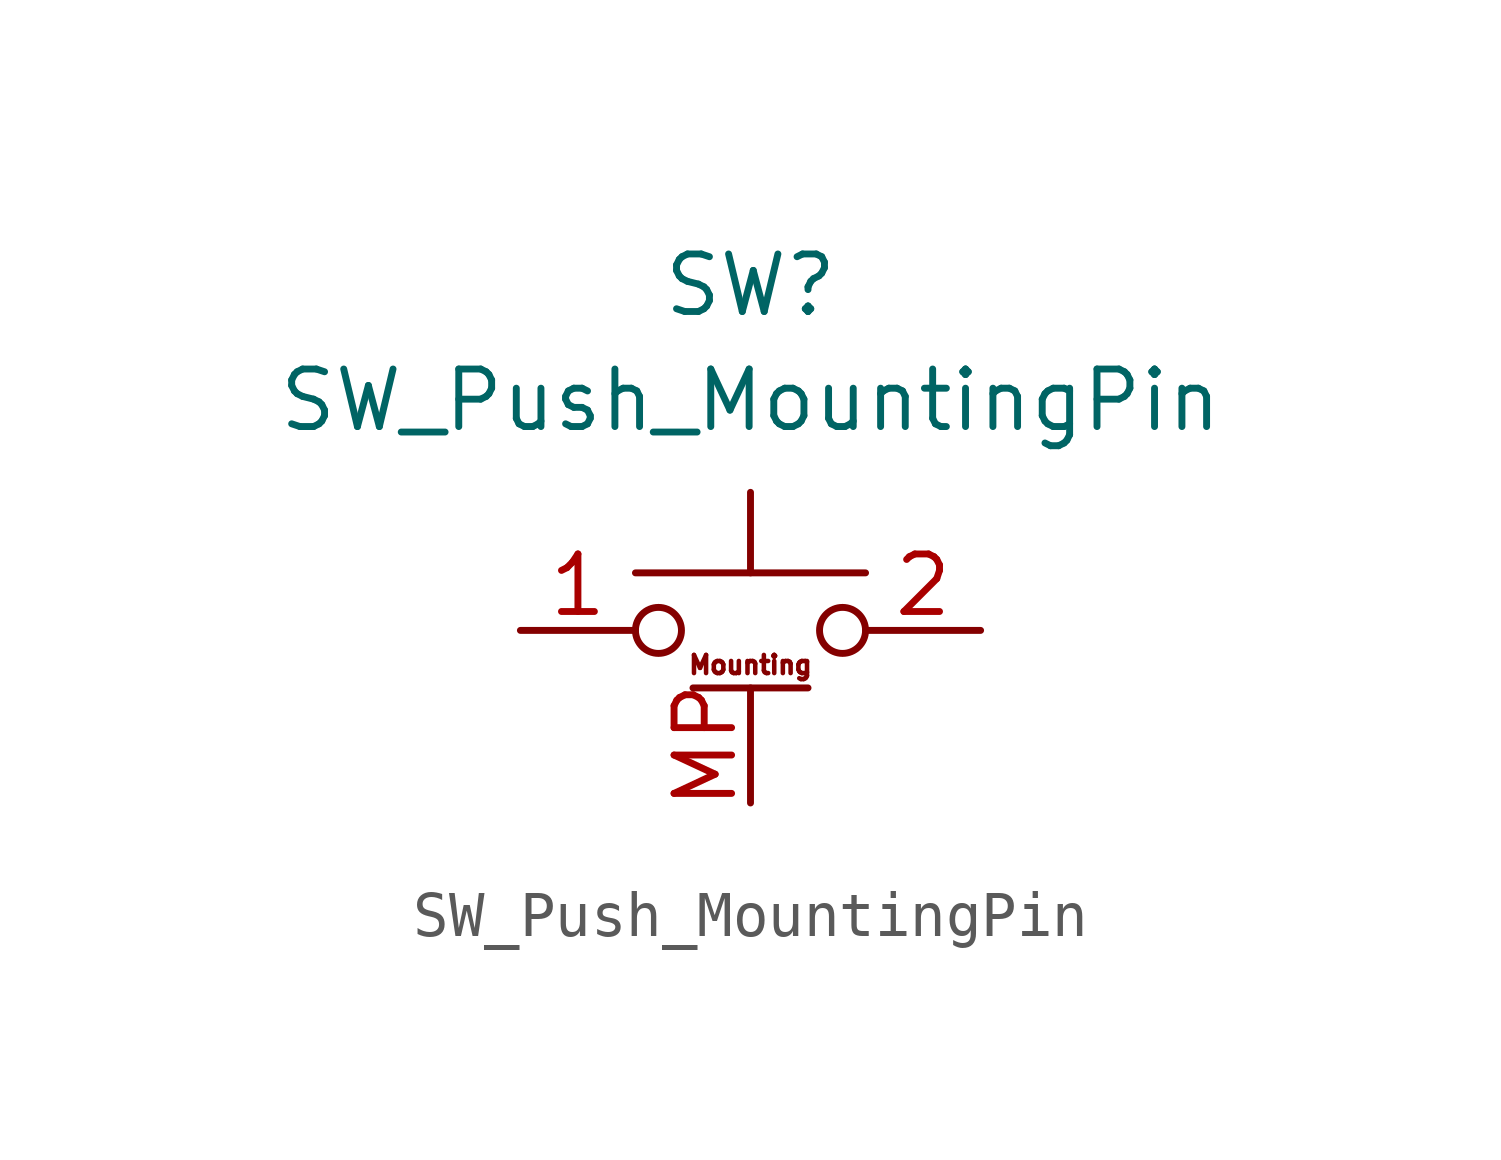
<source format=kicad_sym>
(kicad_symbol_lib
  (version 20211014)
  (generator kicad_symbol_editor)
  (symbol "SW_Push_MountingPin"
    (property "Reference" "SW"
      (at 0 7.62 0)
      (effects (font (size 1.27 1.27))))
    (property "Value" "SW_Push_MountingPin"
      (at 0 5.08 0)
      (effects (font (size 1.27 1.27))))
    (symbol "SW_Push_MountingPin_0_0"
      (text "Mounting" (at 0 -0.762 0) (effects (font (size 0.4 0.4)))))
    (symbol "SW_Push_MountingPin_0_1"
      (circle (center -2.032 0) (radius 0.508) (stroke (width 0) (type default) (color 0 0 0 0)) (fill (type none)))
      (polyline (pts (xy -1.27 -1.27) (xy 1.27 -1.27)) (stroke (width 0) (type default) (color 0 0 0 0)) (fill (type none)))
      (polyline (pts (xy 0 1.27) (xy 0 3.048)) (stroke (width 0) (type default) (color 0 0 0 0)) (fill (type none)))
      (polyline (pts (xy 2.54 1.27) (xy -2.54 1.27)) (stroke (width 0) (type default) (color 0 0 0 0)) (fill (type none)))
      (circle (center 2.032 0) (radius 0.508) (stroke (width 0) (type default) (color 0 0 0 0)) (fill (type none)))
      (pin passive line (at -5.08 0 0) (length 2.54) (name "" (effects (font (size 1.27 1.27)))) (number "1" (effects (font (size 1.27 1.27)))))
      (pin passive line (at 5.08 0 180) (length 2.54) (name "" (effects (font (size 1.27 1.27)))) (number "2" (effects (font (size 1.27 1.27)))))
      (pin passive line (at 0 -3.81 90) (length 2.54) (name "" (effects (font (size 1.27 1.27)))) (number "MP" (effects (font (size 1.27 1.27))))))))
</source>
